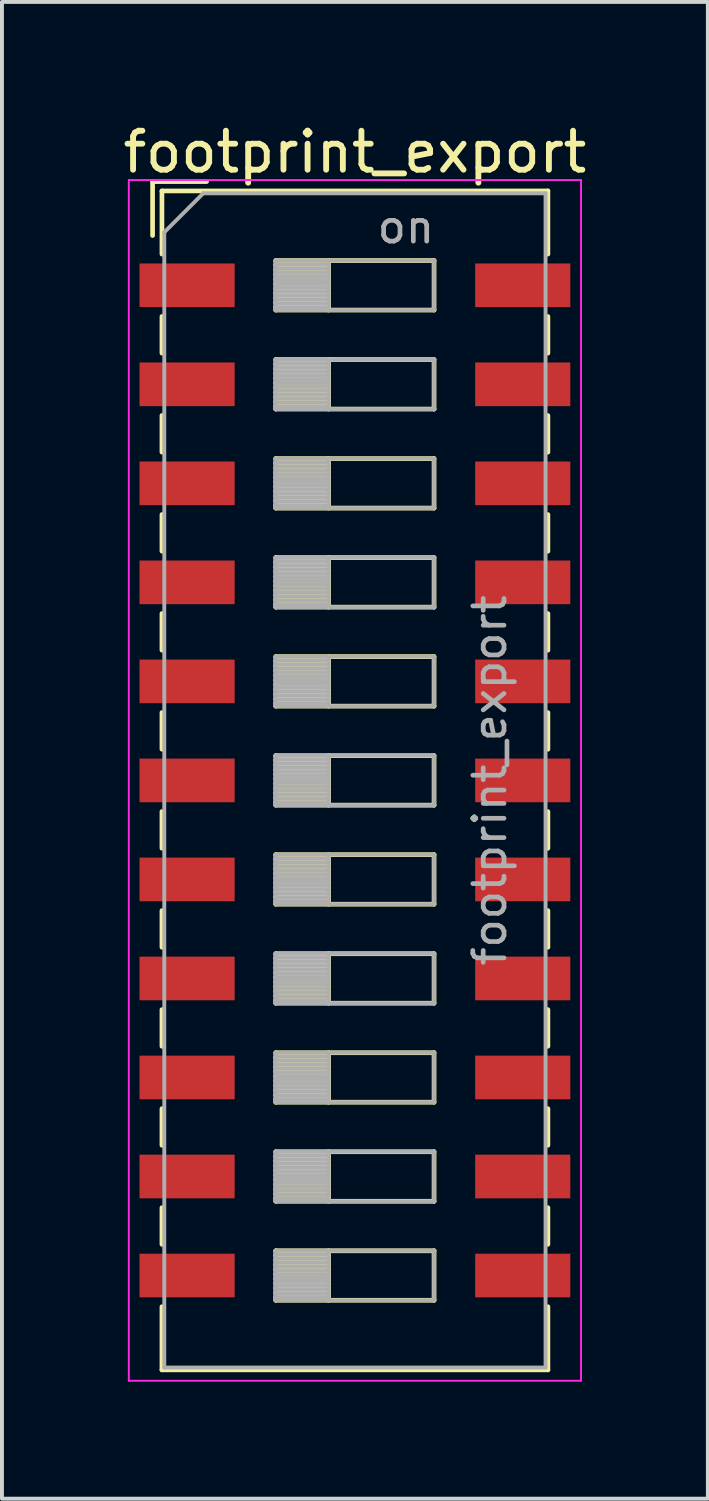
<source format=kicad_pcb>
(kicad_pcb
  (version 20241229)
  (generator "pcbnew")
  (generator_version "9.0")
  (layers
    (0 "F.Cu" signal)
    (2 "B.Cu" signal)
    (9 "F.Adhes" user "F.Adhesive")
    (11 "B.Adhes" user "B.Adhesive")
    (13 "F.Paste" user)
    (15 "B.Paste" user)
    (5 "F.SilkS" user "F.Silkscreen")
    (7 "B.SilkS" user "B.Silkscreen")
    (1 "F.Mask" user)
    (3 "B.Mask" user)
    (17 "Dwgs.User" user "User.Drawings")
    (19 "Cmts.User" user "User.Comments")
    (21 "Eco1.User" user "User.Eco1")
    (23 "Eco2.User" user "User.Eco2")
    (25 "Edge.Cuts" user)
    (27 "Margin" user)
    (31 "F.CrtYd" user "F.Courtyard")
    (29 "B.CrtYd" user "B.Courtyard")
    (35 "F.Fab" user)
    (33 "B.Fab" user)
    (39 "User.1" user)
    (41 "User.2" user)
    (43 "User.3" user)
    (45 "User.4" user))
  (footprint "footprint_export"
    (layer "F.Cu")
    (at 6.054 16.968)
    (property "Reference" "footprint_export" (at 0 -16.12 0) (layer "F.SilkS") (effects (font (size 1 1) (thickness 0.15))))
    (attr smd)
    (fp_line (start -5.19 -15.36) (end -5.19 -13.977) (stroke (width 0.12) (type solid)) (layer "F.SilkS"))
    (fp_line (start -5.19 -15.36) (end -3.806 -15.36) (stroke (width 0.12) (type solid)) (layer "F.SilkS"))
    (fp_line (start -4.95 -15.12) (end -4.95 -13.5) (stroke (width 0.12) (type solid)) (layer "F.SilkS"))
    (fp_line (start -4.95 -15.12) (end 4.95 -15.12) (stroke (width 0.12) (type solid)) (layer "F.SilkS"))
    (fp_line (start -4.95 -11.9) (end -4.95 -10.96) (stroke (width 0.12) (type solid)) (layer "F.SilkS"))
    (fp_line (start -4.95 -9.36) (end -4.95 -8.42) (stroke (width 0.12) (type solid)) (layer "F.SilkS"))
    (fp_line (start -4.95 -6.82) (end -4.95 -5.88) (stroke (width 0.12) (type solid)) (layer "F.SilkS"))
    (fp_line (start -4.95 -4.28) (end -4.95 -3.34) (stroke (width 0.12) (type solid)) (layer "F.SilkS"))
    (fp_line (start -4.95 -1.74) (end -4.95 -0.8) (stroke (width 0.12) (type solid)) (layer "F.SilkS"))
    (fp_line (start -4.95 0.8) (end -4.95 1.74) (stroke (width 0.12) (type solid)) (layer "F.SilkS"))
    (fp_line (start -4.95 3.34) (end -4.95 4.28) (stroke (width 0.12) (type solid)) (layer "F.SilkS"))
    (fp_line (start -4.95 5.88) (end -4.95 6.82) (stroke (width 0.12) (type solid)) (layer "F.SilkS"))
    (fp_line (start -4.95 8.42) (end -4.95 9.36) (stroke (width 0.12) (type solid)) (layer "F.SilkS"))
    (fp_line (start -4.95 10.96) (end -4.95 11.9) (stroke (width 0.12) (type solid)) (layer "F.SilkS"))
    (fp_line (start -4.95 13.5) (end -4.95 15.12) (stroke (width 0.12) (type solid)) (layer "F.SilkS"))
    (fp_line (start -4.95 15.12) (end 4.95 15.12) (stroke (width 0.12) (type solid)) (layer "F.SilkS"))
    (fp_line (start -2.03 -13.335) (end -2.03 -12.065) (stroke (width 0.12) (type solid)) (layer "F.SilkS"))
    (fp_line (start -2.03 -13.215) (end -0.677 -13.215) (stroke (width 0.12) (type solid)) (layer "F.SilkS"))
    (fp_line (start -2.03 -13.095) (end -0.677 -13.095) (stroke (width 0.12) (type solid)) (layer "F.SilkS"))
    (fp_line (start -2.03 -12.975) (end -0.677 -12.975) (stroke (width 0.12) (type solid)) (layer "F.SilkS"))
    (fp_line (start -2.03 -12.855) (end -0.677 -12.855) (stroke (width 0.12) (type solid)) (layer "F.SilkS"))
    (fp_line (start -2.03 -12.735) (end -0.677 -12.735) (stroke (width 0.12) (type solid)) (layer "F.SilkS"))
    (fp_line (start -2.03 -12.615) (end -0.677 -12.615) (stroke (width 0.12) (type solid)) (layer "F.SilkS"))
    (fp_line (start -2.03 -12.495) (end -0.677 -12.495) (stroke (width 0.12) (type solid)) (layer "F.SilkS"))
    (fp_line (start -2.03 -12.375) (end -0.677 -12.375) (stroke (width 0.12) (type solid)) (layer "F.SilkS"))
    (fp_line (start -2.03 -12.255) (end -0.677 -12.255) (stroke (width 0.12) (type solid)) (layer "F.SilkS"))
    (fp_line (start -2.03 -12.135) (end -0.677 -12.135) (stroke (width 0.12) (type solid)) (layer "F.SilkS"))
    (fp_line (start -2.03 -12.065) (end 2.03 -12.065) (stroke (width 0.12) (type solid)) (layer "F.SilkS"))
    (fp_line (start -2.03 -10.795) (end -2.03 -9.525) (stroke (width 0.12) (type solid)) (layer "F.SilkS"))
    (fp_line (start -2.03 -10.675) (end -0.677 -10.675) (stroke (width 0.12) (type solid)) (layer "F.SilkS"))
    (fp_line (start -2.03 -10.555) (end -0.677 -10.555) (stroke (width 0.12) (type solid)) (layer "F.SilkS"))
    (fp_line (start -2.03 -10.435) (end -0.677 -10.435) (stroke (width 0.12) (type solid)) (layer "F.SilkS"))
    (fp_line (start -2.03 -10.315) (end -0.677 -10.315) (stroke (width 0.12) (type solid)) (layer "F.SilkS"))
    (fp_line (start -2.03 -10.195) (end -0.677 -10.195) (stroke (width 0.12) (type solid)) (layer "F.SilkS"))
    (fp_line (start -2.03 -10.075) (end -0.677 -10.075) (stroke (width 0.12) (type solid)) (layer "F.SilkS"))
    (fp_line (start -2.03 -9.955) (end -0.677 -9.955) (stroke (width 0.12) (type solid)) (layer "F.SilkS"))
    (fp_line (start -2.03 -9.835) (end -0.677 -9.835) (stroke (width 0.12) (type solid)) (layer "F.SilkS"))
    (fp_line (start -2.03 -9.715) (end -0.677 -9.715) (stroke (width 0.12) (type solid)) (layer "F.SilkS"))
    (fp_line (start -2.03 -9.595) (end -0.677 -9.595) (stroke (width 0.12) (type solid)) (layer "F.SilkS"))
    (fp_line (start -2.03 -9.525) (end 2.03 -9.525) (stroke (width 0.12) (type solid)) (layer "F.SilkS"))
    (fp_line (start -2.03 -8.255) (end -2.03 -6.985) (stroke (width 0.12) (type solid)) (layer "F.SilkS"))
    (fp_line (start -2.03 -8.135) (end -0.677 -8.135) (stroke (width 0.12) (type solid)) (layer "F.SilkS"))
    (fp_line (start -2.03 -8.015) (end -0.677 -8.015) (stroke (width 0.12) (type solid)) (layer "F.SilkS"))
    (fp_line (start -2.03 -7.895) (end -0.677 -7.895) (stroke (width 0.12) (type solid)) (layer "F.SilkS"))
    (fp_line (start -2.03 -7.775) (end -0.677 -7.775) (stroke (width 0.12) (type solid)) (layer "F.SilkS"))
    (fp_line (start -2.03 -7.655) (end -0.677 -7.655) (stroke (width 0.12) (type solid)) (layer "F.SilkS"))
    (fp_line (start -2.03 -7.535) (end -0.677 -7.535) (stroke (width 0.12) (type solid)) (layer "F.SilkS"))
    (fp_line (start -2.03 -7.415) (end -0.677 -7.415) (stroke (width 0.12) (type solid)) (layer "F.SilkS"))
    (fp_line (start -2.03 -7.295) (end -0.677 -7.295) (stroke (width 0.12) (type solid)) (layer "F.SilkS"))
    (fp_line (start -2.03 -7.175) (end -0.677 -7.175) (stroke (width 0.12) (type solid)) (layer "F.SilkS"))
    (fp_line (start -2.03 -7.055) (end -0.677 -7.055) (stroke (width 0.12) (type solid)) (layer "F.SilkS"))
    (fp_line (start -2.03 -6.985) (end 2.03 -6.985) (stroke (width 0.12) (type solid)) (layer "F.SilkS"))
    (fp_line (start -2.03 -5.715) (end -2.03 -4.445) (stroke (width 0.12) (type solid)) (layer "F.SilkS"))
    (fp_line (start -2.03 -5.595) (end -0.677 -5.595) (stroke (width 0.12) (type solid)) (layer "F.SilkS"))
    (fp_line (start -2.03 -5.475) (end -0.677 -5.475) (stroke (width 0.12) (type solid)) (layer "F.SilkS"))
    (fp_line (start -2.03 -5.355) (end -0.677 -5.355) (stroke (width 0.12) (type solid)) (layer "F.SilkS"))
    (fp_line (start -2.03 -5.235) (end -0.677 -5.235) (stroke (width 0.12) (type solid)) (layer "F.SilkS"))
    (fp_line (start -2.03 -5.115) (end -0.677 -5.115) (stroke (width 0.12) (type solid)) (layer "F.SilkS"))
    (fp_line (start -2.03 -4.995) (end -0.677 -4.995) (stroke (width 0.12) (type solid)) (layer "F.SilkS"))
    (fp_line (start -2.03 -4.875) (end -0.677 -4.875) (stroke (width 0.12) (type solid)) (layer "F.SilkS"))
    (fp_line (start -2.03 -4.755) (end -0.677 -4.755) (stroke (width 0.12) (type solid)) (layer "F.SilkS"))
    (fp_line (start -2.03 -4.635) (end -0.677 -4.635) (stroke (width 0.12) (type solid)) (layer "F.SilkS"))
    (fp_line (start -2.03 -4.515) (end -0.677 -4.515) (stroke (width 0.12) (type solid)) (layer "F.SilkS"))
    (fp_line (start -2.03 -4.445) (end 2.03 -4.445) (stroke (width 0.12) (type solid)) (layer "F.SilkS"))
    (fp_line (start -2.03 -3.175) (end -2.03 -1.905) (stroke (width 0.12) (type solid)) (layer "F.SilkS"))
    (fp_line (start -2.03 -3.055) (end -0.677 -3.055) (stroke (width 0.12) (type solid)) (layer "F.SilkS"))
    (fp_line (start -2.03 -2.935) (end -0.677 -2.935) (stroke (width 0.12) (type solid)) (layer "F.SilkS"))
    (fp_line (start -2.03 -2.815) (end -0.677 -2.815) (stroke (width 0.12) (type solid)) (layer "F.SilkS"))
    (fp_line (start -2.03 -2.695) (end -0.677 -2.695) (stroke (width 0.12) (type solid)) (layer "F.SilkS"))
    (fp_line (start -2.03 -2.575) (end -0.677 -2.575) (stroke (width 0.12) (type solid)) (layer "F.SilkS"))
    (fp_line (start -2.03 -2.455) (end -0.677 -2.455) (stroke (width 0.12) (type solid)) (layer "F.SilkS"))
    (fp_line (start -2.03 -2.335) (end -0.677 -2.335) (stroke (width 0.12) (type solid)) (layer "F.SilkS"))
    (fp_line (start -2.03 -2.215) (end -0.677 -2.215) (stroke (width 0.12) (type solid)) (layer "F.SilkS"))
    (fp_line (start -2.03 -2.095) (end -0.677 -2.095) (stroke (width 0.12) (type solid)) (layer "F.SilkS"))
    (fp_line (start -2.03 -1.975) (end -0.677 -1.975) (stroke (width 0.12) (type solid)) (layer "F.SilkS"))
    (fp_line (start -2.03 -1.905) (end 2.03 -1.905) (stroke (width 0.12) (type solid)) (layer "F.SilkS"))
    (fp_line (start -2.03 -0.635) (end -2.03 0.635) (stroke (width 0.12) (type solid)) (layer "F.SilkS"))
    (fp_line (start -2.03 -0.515) (end -0.677 -0.515) (stroke (width 0.12) (type solid)) (layer "F.SilkS"))
    (fp_line (start -2.03 -0.395) (end -0.677 -0.395) (stroke (width 0.12) (type solid)) (layer "F.SilkS"))
    (fp_line (start -2.03 -0.275) (end -0.677 -0.275) (stroke (width 0.12) (type solid)) (layer "F.SilkS"))
    (fp_line (start -2.03 -0.155) (end -0.677 -0.155) (stroke (width 0.12) (type solid)) (layer "F.SilkS"))
    (fp_line (start -2.03 -0.035) (end -0.677 -0.035) (stroke (width 0.12) (type solid)) (layer "F.SilkS"))
    (fp_line (start -2.03 0.085) (end -0.677 0.085) (stroke (width 0.12) (type solid)) (layer "F.SilkS"))
    (fp_line (start -2.03 0.205) (end -0.677 0.205) (stroke (width 0.12) (type solid)) (layer "F.SilkS"))
    (fp_line (start -2.03 0.325) (end -0.677 0.325) (stroke (width 0.12) (type solid)) (layer "F.SilkS"))
    (fp_line (start -2.03 0.445) (end -0.677 0.445) (stroke (width 0.12) (type solid)) (layer "F.SilkS"))
    (fp_line (start -2.03 0.565) (end -0.677 0.565) (stroke (width 0.12) (type solid)) (layer "F.SilkS"))
    (fp_line (start -2.03 0.635) (end 2.03 0.635) (stroke (width 0.12) (type solid)) (layer "F.SilkS"))
    (fp_line (start -2.03 1.905) (end -2.03 3.175) (stroke (width 0.12) (type solid)) (layer "F.SilkS"))
    (fp_line (start -2.03 2.025) (end -0.677 2.025) (stroke (width 0.12) (type solid)) (layer "F.SilkS"))
    (fp_line (start -2.03 2.145) (end -0.677 2.145) (stroke (width 0.12) (type solid)) (layer "F.SilkS"))
    (fp_line (start -2.03 2.265) (end -0.677 2.265) (stroke (width 0.12) (type solid)) (layer "F.SilkS"))
    (fp_line (start -2.03 2.385) (end -0.677 2.385) (stroke (width 0.12) (type solid)) (layer "F.SilkS"))
    (fp_line (start -2.03 2.505) (end -0.677 2.505) (stroke (width 0.12) (type solid)) (layer "F.SilkS"))
    (fp_line (start -2.03 2.625) (end -0.677 2.625) (stroke (width 0.12) (type solid)) (layer "F.SilkS"))
    (fp_line (start -2.03 2.745) (end -0.677 2.745) (stroke (width 0.12) (type solid)) (layer "F.SilkS"))
    (fp_line (start -2.03 2.865) (end -0.677 2.865) (stroke (width 0.12) (type solid)) (layer "F.SilkS"))
    (fp_line (start -2.03 2.985) (end -0.677 2.985) (stroke (width 0.12) (type solid)) (layer "F.SilkS"))
    (fp_line (start -2.03 3.105) (end -0.677 3.105) (stroke (width 0.12) (type solid)) (layer "F.SilkS"))
    (fp_line (start -2.03 3.175) (end 2.03 3.175) (stroke (width 0.12) (type solid)) (layer "F.SilkS"))
    (fp_line (start -2.03 4.445) (end -2.03 5.715) (stroke (width 0.12) (type solid)) (layer "F.SilkS"))
    (fp_line (start -2.03 4.565) (end -0.677 4.565) (stroke (width 0.12) (type solid)) (layer "F.SilkS"))
    (fp_line (start -2.03 4.685) (end -0.677 4.685) (stroke (width 0.12) (type solid)) (layer "F.SilkS"))
    (fp_line (start -2.03 4.805) (end -0.677 4.805) (stroke (width 0.12) (type solid)) (layer "F.SilkS"))
    (fp_line (start -2.03 4.925) (end -0.677 4.925) (stroke (width 0.12) (type solid)) (layer "F.SilkS"))
    (fp_line (start -2.03 5.045) (end -0.677 5.045) (stroke (width 0.12) (type solid)) (layer "F.SilkS"))
    (fp_line (start -2.03 5.165) (end -0.677 5.165) (stroke (width 0.12) (type solid)) (layer "F.SilkS"))
    (fp_line (start -2.03 5.285) (end -0.677 5.285) (stroke (width 0.12) (type solid)) (layer "F.SilkS"))
    (fp_line (start -2.03 5.405) (end -0.677 5.405) (stroke (width 0.12) (type solid)) (layer "F.SilkS"))
    (fp_line (start -2.03 5.525) (end -0.677 5.525) (stroke (width 0.12) (type solid)) (layer "F.SilkS"))
    (fp_line (start -2.03 5.645) (end -0.677 5.645) (stroke (width 0.12) (type solid)) (layer "F.SilkS"))
    (fp_line (start -2.03 5.715) (end 2.03 5.715) (stroke (width 0.12) (type solid)) (layer "F.SilkS"))
    (fp_line (start -2.03 6.985) (end -2.03 8.255) (stroke (width 0.12) (type solid)) (layer "F.SilkS"))
    (fp_line (start -2.03 7.105) (end -0.677 7.105) (stroke (width 0.12) (type solid)) (layer "F.SilkS"))
    (fp_line (start -2.03 7.225) (end -0.677 7.225) (stroke (width 0.12) (type solid)) (layer "F.SilkS"))
    (fp_line (start -2.03 7.345) (end -0.677 7.345) (stroke (width 0.12) (type solid)) (layer "F.SilkS"))
    (fp_line (start -2.03 7.465) (end -0.677 7.465) (stroke (width 0.12) (type solid)) (layer "F.SilkS"))
    (fp_line (start -2.03 7.585) (end -0.677 7.585) (stroke (width 0.12) (type solid)) (layer "F.SilkS"))
    (fp_line (start -2.03 7.705) (end -0.677 7.705) (stroke (width 0.12) (type solid)) (layer "F.SilkS"))
    (fp_line (start -2.03 7.825) (end -0.677 7.825) (stroke (width 0.12) (type solid)) (layer "F.SilkS"))
    (fp_line (start -2.03 7.945) (end -0.677 7.945) (stroke (width 0.12) (type solid)) (layer "F.SilkS"))
    (fp_line (start -2.03 8.065) (end -0.677 8.065) (stroke (width 0.12) (type solid)) (layer "F.SilkS"))
    (fp_line (start -2.03 8.185) (end -0.677 8.185) (stroke (width 0.12) (type solid)) (layer "F.SilkS"))
    (fp_line (start -2.03 8.255) (end 2.03 8.255) (stroke (width 0.12) (type solid)) (layer "F.SilkS"))
    (fp_line (start -2.03 9.525) (end -2.03 10.795) (stroke (width 0.12) (type solid)) (layer "F.SilkS"))
    (fp_line (start -2.03 9.645) (end -0.677 9.645) (stroke (width 0.12) (type solid)) (layer "F.SilkS"))
    (fp_line (start -2.03 9.765) (end -0.677 9.765) (stroke (width 0.12) (type solid)) (layer "F.SilkS"))
    (fp_line (start -2.03 9.885) (end -0.677 9.885) (stroke (width 0.12) (type solid)) (layer "F.SilkS"))
    (fp_line (start -2.03 10.005) (end -0.677 10.005) (stroke (width 0.12) (type solid)) (layer "F.SilkS"))
    (fp_line (start -2.03 10.125) (end -0.677 10.125) (stroke (width 0.12) (type solid)) (layer "F.SilkS"))
    (fp_line (start -2.03 10.245) (end -0.677 10.245) (stroke (width 0.12) (type solid)) (layer "F.SilkS"))
    (fp_line (start -2.03 10.365) (end -0.677 10.365) (stroke (width 0.12) (type solid)) (layer "F.SilkS"))
    (fp_line (start -2.03 10.485) (end -0.677 10.485) (stroke (width 0.12) (type solid)) (layer "F.SilkS"))
    (fp_line (start -2.03 10.605) (end -0.677 10.605) (stroke (width 0.12) (type solid)) (layer "F.SilkS"))
    (fp_line (start -2.03 10.725) (end -0.677 10.725) (stroke (width 0.12) (type solid)) (layer "F.SilkS"))
    (fp_line (start -2.03 10.795) (end 2.03 10.795) (stroke (width 0.12) (type solid)) (layer "F.SilkS"))
    (fp_line (start -2.03 12.065) (end -2.03 13.335) (stroke (width 0.12) (type solid)) (layer "F.SilkS"))
    (fp_line (start -2.03 12.185) (end -0.677 12.185) (stroke (width 0.12) (type solid)) (layer "F.SilkS"))
    (fp_line (start -2.03 12.305) (end -0.677 12.305) (stroke (width 0.12) (type solid)) (layer "F.SilkS"))
    (fp_line (start -2.03 12.425) (end -0.677 12.425) (stroke (width 0.12) (type solid)) (layer "F.SilkS"))
    (fp_line (start -2.03 12.545) (end -0.677 12.545) (stroke (width 0.12) (type solid)) (layer "F.SilkS"))
    (fp_line (start -2.03 12.665) (end -0.677 12.665) (stroke (width 0.12) (type solid)) (layer "F.SilkS"))
    (fp_line (start -2.03 12.785) (end -0.677 12.785) (stroke (width 0.12) (type solid)) (layer "F.SilkS"))
    (fp_line (start -2.03 12.905) (end -0.677 12.905) (stroke (width 0.12) (type solid)) (layer "F.SilkS"))
    (fp_line (start -2.03 13.025) (end -0.677 13.025) (stroke (width 0.12) (type solid)) (layer "F.SilkS"))
    (fp_line (start -2.03 13.145) (end -0.677 13.145) (stroke (width 0.12) (type solid)) (layer "F.SilkS"))
    (fp_line (start -2.03 13.265) (end -0.677 13.265) (stroke (width 0.12) (type solid)) (layer "F.SilkS"))
    (fp_line (start -2.03 13.335) (end 2.03 13.335) (stroke (width 0.12) (type solid)) (layer "F.SilkS"))
    (fp_line (start -0.677 -13.335) (end -0.677 -12.065) (stroke (width 0.12) (type solid)) (layer "F.SilkS"))
    (fp_line (start -0.677 -10.795) (end -0.677 -9.525) (stroke (width 0.12) (type solid)) (layer "F.SilkS"))
    (fp_line (start -0.677 -8.255) (end -0.677 -6.985) (stroke (width 0.12) (type solid)) (layer "F.SilkS"))
    (fp_line (start -0.677 -5.715) (end -0.677 -4.445) (stroke (width 0.12) (type solid)) (layer "F.SilkS"))
    (fp_line (start -0.677 -3.175) (end -0.677 -1.905) (stroke (width 0.12) (type solid)) (layer "F.SilkS"))
    (fp_line (start -0.677 -0.635) (end -0.677 0.635) (stroke (width 0.12) (type solid)) (layer "F.SilkS"))
    (fp_line (start -0.677 1.905) (end -0.677 3.175) (stroke (width 0.12) (type solid)) (layer "F.SilkS"))
    (fp_line (start -0.677 4.445) (end -0.677 5.715) (stroke (width 0.12) (type solid)) (layer "F.SilkS"))
    (fp_line (start -0.677 6.985) (end -0.677 8.255) (stroke (width 0.12) (type solid)) (layer "F.SilkS"))
    (fp_line (start -0.677 9.525) (end -0.677 10.795) (stroke (width 0.12) (type solid)) (layer "F.SilkS"))
    (fp_line (start -0.677 12.065) (end -0.677 13.335) (stroke (width 0.12) (type solid)) (layer "F.SilkS"))
    (fp_line (start 2.03 -13.335) (end -2.03 -13.335) (stroke (width 0.12) (type solid)) (layer "F.SilkS"))
    (fp_line (start 2.03 -12.065) (end 2.03 -13.335) (stroke (width 0.12) (type solid)) (layer "F.SilkS"))
    (fp_line (start 2.03 -10.795) (end -2.03 -10.795) (stroke (width 0.12) (type solid)) (layer "F.SilkS"))
    (fp_line (start 2.03 -9.525) (end 2.03 -10.795) (stroke (width 0.12) (type solid)) (layer "F.SilkS"))
    (fp_line (start 2.03 -8.255) (end -2.03 -8.255) (stroke (width 0.12) (type solid)) (layer "F.SilkS"))
    (fp_line (start 2.03 -6.985) (end 2.03 -8.255) (stroke (width 0.12) (type solid)) (layer "F.SilkS"))
    (fp_line (start 2.03 -5.715) (end -2.03 -5.715) (stroke (width 0.12) (type solid)) (layer "F.SilkS"))
    (fp_line (start 2.03 -4.445) (end 2.03 -5.715) (stroke (width 0.12) (type solid)) (layer "F.SilkS"))
    (fp_line (start 2.03 -3.175) (end -2.03 -3.175) (stroke (width 0.12) (type solid)) (layer "F.SilkS"))
    (fp_line (start 2.03 -1.905) (end 2.03 -3.175) (stroke (width 0.12) (type solid)) (layer "F.SilkS"))
    (fp_line (start 2.03 -0.635) (end -2.03 -0.635) (stroke (width 0.12) (type solid)) (layer "F.SilkS"))
    (fp_line (start 2.03 0.635) (end 2.03 -0.635) (stroke (width 0.12) (type solid)) (layer "F.SilkS"))
    (fp_line (start 2.03 1.905) (end -2.03 1.905) (stroke (width 0.12) (type solid)) (layer "F.SilkS"))
    (fp_line (start 2.03 3.175) (end 2.03 1.905) (stroke (width 0.12) (type solid)) (layer "F.SilkS"))
    (fp_line (start 2.03 4.445) (end -2.03 4.445) (stroke (width 0.12) (type solid)) (layer "F.SilkS"))
    (fp_line (start 2.03 5.715) (end 2.03 4.445) (stroke (width 0.12) (type solid)) (layer "F.SilkS"))
    (fp_line (start 2.03 6.985) (end -2.03 6.985) (stroke (width 0.12) (type solid)) (layer "F.SilkS"))
    (fp_line (start 2.03 8.255) (end 2.03 6.985) (stroke (width 0.12) (type solid)) (layer "F.SilkS"))
    (fp_line (start 2.03 9.525) (end -2.03 9.525) (stroke (width 0.12) (type solid)) (layer "F.SilkS"))
    (fp_line (start 2.03 10.795) (end 2.03 9.525) (stroke (width 0.12) (type solid)) (layer "F.SilkS"))
    (fp_line (start 2.03 12.065) (end -2.03 12.065) (stroke (width 0.12) (type solid)) (layer "F.SilkS"))
    (fp_line (start 2.03 13.335) (end 2.03 12.065) (stroke (width 0.12) (type solid)) (layer "F.SilkS"))
    (fp_line (start 4.95 -15.12) (end 4.95 -13.5) (stroke (width 0.12) (type solid)) (layer "F.SilkS"))
    (fp_line (start 4.95 -11.899) (end 4.95 -10.959) (stroke (width 0.12) (type solid)) (layer "F.SilkS"))
    (fp_line (start 4.95 -9.359) (end 4.95 -8.419) (stroke (width 0.12) (type solid)) (layer "F.SilkS"))
    (fp_line (start 4.95 -6.819) (end 4.95 -5.879) (stroke (width 0.12) (type solid)) (layer "F.SilkS"))
    (fp_line (start 4.95 -4.279) (end 4.95 -3.339) (stroke (width 0.12) (type solid)) (layer "F.SilkS"))
    (fp_line (start 4.95 -1.739) (end 4.95 -0.799) (stroke (width 0.12) (type solid)) (layer "F.SilkS"))
    (fp_line (start 4.95 0.801) (end 4.95 1.741) (stroke (width 0.12) (type solid)) (layer "F.SilkS"))
    (fp_line (start 4.95 3.341) (end 4.95 4.28) (stroke (width 0.12) (type solid)) (layer "F.SilkS"))
    (fp_line (start 4.95 5.88) (end 4.95 6.82) (stroke (width 0.12) (type solid)) (layer "F.SilkS"))
    (fp_line (start 4.95 8.42) (end 4.95 9.36) (stroke (width 0.12) (type solid)) (layer "F.SilkS"))
    (fp_line (start 4.95 10.96) (end 4.95 11.9) (stroke (width 0.12) (type solid)) (layer "F.SilkS"))
    (fp_line (start 4.95 13.5) (end 4.95 15.12) (stroke (width 0.12) (type solid)) (layer "F.SilkS"))
    (fp_line (start -5.8 -15.4) (end -5.8 15.4) (stroke (width 0.05) (type solid)) (layer "F.CrtYd"))
    (fp_line (start -5.8 15.4) (end 5.8 15.4) (stroke (width 0.05) (type solid)) (layer "F.CrtYd"))
    (fp_line (start 5.8 -15.4) (end -5.8 -15.4) (stroke (width 0.05) (type solid)) (layer "F.CrtYd"))
    (fp_line (start 5.8 15.4) (end 5.8 -15.4) (stroke (width 0.05) (type solid)) (layer "F.CrtYd"))
    (fp_line (start -4.89 -14.06) (end -3.89 -15.06) (stroke (width 0.1) (type solid)) (layer "F.Fab"))
    (fp_line (start -4.89 15.06) (end -4.89 -14.06) (stroke (width 0.1) (type solid)) (layer "F.Fab"))
    (fp_line (start -3.89 -15.06) (end 4.89 -15.06) (stroke (width 0.1) (type solid)) (layer "F.Fab"))
    (fp_line (start -2.03 -13.335) (end -2.03 -12.065) (stroke (width 0.1) (type solid)) (layer "F.Fab"))
    (fp_line (start -2.03 -13.235) (end -0.677 -13.235) (stroke (width 0.1) (type solid)) (layer "F.Fab"))
    (fp_line (start -2.03 -13.135) (end -0.677 -13.135) (stroke (width 0.1) (type solid)) (layer "F.Fab"))
    (fp_line (start -2.03 -13.035) (end -0.677 -13.035) (stroke (width 0.1) (type solid)) (layer "F.Fab"))
    (fp_line (start -2.03 -12.935) (end -0.677 -12.935) (stroke (width 0.1) (type solid)) (layer "F.Fab"))
    (fp_line (start -2.03 -12.835) (end -0.677 -12.835) (stroke (width 0.1) (type solid)) (layer "F.Fab"))
    (fp_line (start -2.03 -12.735) (end -0.677 -12.735) (stroke (width 0.1) (type solid)) (layer "F.Fab"))
    (fp_line (start -2.03 -12.635) (end -0.677 -12.635) (stroke (width 0.1) (type solid)) (layer "F.Fab"))
    (fp_line (start -2.03 -12.535) (end -0.677 -12.535) (stroke (width 0.1) (type solid)) (layer "F.Fab"))
    (fp_line (start -2.03 -12.435) (end -0.677 -12.435) (stroke (width 0.1) (type solid)) (layer "F.Fab"))
    (fp_line (start -2.03 -12.335) (end -0.677 -12.335) (stroke (width 0.1) (type solid)) (layer "F.Fab"))
    (fp_line (start -2.03 -12.235) (end -0.677 -12.235) (stroke (width 0.1) (type solid)) (layer "F.Fab"))
    (fp_line (start -2.03 -12.135) (end -0.677 -12.135) (stroke (width 0.1) (type solid)) (layer "F.Fab"))
    (fp_line (start -2.03 -12.065) (end 2.03 -12.065) (stroke (width 0.1) (type solid)) (layer "F.Fab"))
    (fp_line (start -2.03 -10.795) (end -2.03 -9.525) (stroke (width 0.1) (type solid)) (layer "F.Fab"))
    (fp_line (start -2.03 -10.695) (end -0.677 -10.695) (stroke (width 0.1) (type solid)) (layer "F.Fab"))
    (fp_line (start -2.03 -10.595) (end -0.677 -10.595) (stroke (width 0.1) (type solid)) (layer "F.Fab"))
    (fp_line (start -2.03 -10.495) (end -0.677 -10.495) (stroke (width 0.1) (type solid)) (layer "F.Fab"))
    (fp_line (start -2.03 -10.395) (end -0.677 -10.395) (stroke (width 0.1) (type solid)) (layer "F.Fab"))
    (fp_line (start -2.03 -10.295) (end -0.677 -10.295) (stroke (width 0.1) (type solid)) (layer "F.Fab"))
    (fp_line (start -2.03 -10.195) (end -0.677 -10.195) (stroke (width 0.1) (type solid)) (layer "F.Fab"))
    (fp_line (start -2.03 -10.095) (end -0.677 -10.095) (stroke (width 0.1) (type solid)) (layer "F.Fab"))
    (fp_line (start -2.03 -9.995) (end -0.677 -9.995) (stroke (width 0.1) (type solid)) (layer "F.Fab"))
    (fp_line (start -2.03 -9.895) (end -0.677 -9.895) (stroke (width 0.1) (type solid)) (layer "F.Fab"))
    (fp_line (start -2.03 -9.795) (end -0.677 -9.795) (stroke (width 0.1) (type solid)) (layer "F.Fab"))
    (fp_line (start -2.03 -9.695) (end -0.677 -9.695) (stroke (width 0.1) (type solid)) (layer "F.Fab"))
    (fp_line (start -2.03 -9.595) (end -0.677 -9.595) (stroke (width 0.1) (type solid)) (layer "F.Fab"))
    (fp_line (start -2.03 -9.525) (end 2.03 -9.525) (stroke (width 0.1) (type solid)) (layer "F.Fab"))
    (fp_line (start -2.03 -8.255) (end -2.03 -6.985) (stroke (width 0.1) (type solid)) (layer "F.Fab"))
    (fp_line (start -2.03 -8.155) (end -0.677 -8.155) (stroke (width 0.1) (type solid)) (layer "F.Fab"))
    (fp_line (start -2.03 -8.055) (end -0.677 -8.055) (stroke (width 0.1) (type solid)) (layer "F.Fab"))
    (fp_line (start -2.03 -7.955) (end -0.677 -7.955) (stroke (width 0.1) (type solid)) (layer "F.Fab"))
    (fp_line (start -2.03 -7.855) (end -0.677 -7.855) (stroke (width 0.1) (type solid)) (layer "F.Fab"))
    (fp_line (start -2.03 -7.755) (end -0.677 -7.755) (stroke (width 0.1) (type solid)) (layer "F.Fab"))
    (fp_line (start -2.03 -7.655) (end -0.677 -7.655) (stroke (width 0.1) (type solid)) (layer "F.Fab"))
    (fp_line (start -2.03 -7.555) (end -0.677 -7.555) (stroke (width 0.1) (type solid)) (layer "F.Fab"))
    (fp_line (start -2.03 -7.455) (end -0.677 -7.455) (stroke (width 0.1) (type solid)) (layer "F.Fab"))
    (fp_line (start -2.03 -7.355) (end -0.677 -7.355) (stroke (width 0.1) (type solid)) (layer "F.Fab"))
    (fp_line (start -2.03 -7.255) (end -0.677 -7.255) (stroke (width 0.1) (type solid)) (layer "F.Fab"))
    (fp_line (start -2.03 -7.155) (end -0.677 -7.155) (stroke (width 0.1) (type solid)) (layer "F.Fab"))
    (fp_line (start -2.03 -7.055) (end -0.677 -7.055) (stroke (width 0.1) (type solid)) (layer "F.Fab"))
    (fp_line (start -2.03 -6.985) (end 2.03 -6.985) (stroke (width 0.1) (type solid)) (layer "F.Fab"))
    (fp_line (start -2.03 -5.715) (end -2.03 -4.445) (stroke (width 0.1) (type solid)) (layer "F.Fab"))
    (fp_line (start -2.03 -5.615) (end -0.677 -5.615) (stroke (width 0.1) (type solid)) (layer "F.Fab"))
    (fp_line (start -2.03 -5.515) (end -0.677 -5.515) (stroke (width 0.1) (type solid)) (layer "F.Fab"))
    (fp_line (start -2.03 -5.415) (end -0.677 -5.415) (stroke (width 0.1) (type solid)) (layer "F.Fab"))
    (fp_line (start -2.03 -5.315) (end -0.677 -5.315) (stroke (width 0.1) (type solid)) (layer "F.Fab"))
    (fp_line (start -2.03 -5.215) (end -0.677 -5.215) (stroke (width 0.1) (type solid)) (layer "F.Fab"))
    (fp_line (start -2.03 -5.115) (end -0.677 -5.115) (stroke (width 0.1) (type solid)) (layer "F.Fab"))
    (fp_line (start -2.03 -5.015) (end -0.677 -5.015) (stroke (width 0.1) (type solid)) (layer "F.Fab"))
    (fp_line (start -2.03 -4.915) (end -0.677 -4.915) (stroke (width 0.1) (type solid)) (layer "F.Fab"))
    (fp_line (start -2.03 -4.815) (end -0.677 -4.815) (stroke (width 0.1) (type solid)) (layer "F.Fab"))
    (fp_line (start -2.03 -4.715) (end -0.677 -4.715) (stroke (width 0.1) (type solid)) (layer "F.Fab"))
    (fp_line (start -2.03 -4.615) (end -0.677 -4.615) (stroke (width 0.1) (type solid)) (layer "F.Fab"))
    (fp_line (start -2.03 -4.515) (end -0.677 -4.515) (stroke (width 0.1) (type solid)) (layer "F.Fab"))
    (fp_line (start -2.03 -4.445) (end 2.03 -4.445) (stroke (width 0.1) (type solid)) (layer "F.Fab"))
    (fp_line (start -2.03 -3.175) (end -2.03 -1.905) (stroke (width 0.1) (type solid)) (layer "F.Fab"))
    (fp_line (start -2.03 -3.075) (end -0.677 -3.075) (stroke (width 0.1) (type solid)) (layer "F.Fab"))
    (fp_line (start -2.03 -2.975) (end -0.677 -2.975) (stroke (width 0.1) (type solid)) (layer "F.Fab"))
    (fp_line (start -2.03 -2.875) (end -0.677 -2.875) (stroke (width 0.1) (type solid)) (layer "F.Fab"))
    (fp_line (start -2.03 -2.775) (end -0.677 -2.775) (stroke (width 0.1) (type solid)) (layer "F.Fab"))
    (fp_line (start -2.03 -2.675) (end -0.677 -2.675) (stroke (width 0.1) (type solid)) (layer "F.Fab"))
    (fp_line (start -2.03 -2.575) (end -0.677 -2.575) (stroke (width 0.1) (type solid)) (layer "F.Fab"))
    (fp_line (start -2.03 -2.475) (end -0.677 -2.475) (stroke (width 0.1) (type solid)) (layer "F.Fab"))
    (fp_line (start -2.03 -2.375) (end -0.677 -2.375) (stroke (width 0.1) (type solid)) (layer "F.Fab"))
    (fp_line (start -2.03 -2.275) (end -0.677 -2.275) (stroke (width 0.1) (type solid)) (layer "F.Fab"))
    (fp_line (start -2.03 -2.175) (end -0.677 -2.175) (stroke (width 0.1) (type solid)) (layer "F.Fab"))
    (fp_line (start -2.03 -2.075) (end -0.677 -2.075) (stroke (width 0.1) (type solid)) (layer "F.Fab"))
    (fp_line (start -2.03 -1.975) (end -0.677 -1.975) (stroke (width 0.1) (type solid)) (layer "F.Fab"))
    (fp_line (start -2.03 -1.905) (end 2.03 -1.905) (stroke (width 0.1) (type solid)) (layer "F.Fab"))
    (fp_line (start -2.03 -0.635) (end -2.03 0.635) (stroke (width 0.1) (type solid)) (layer "F.Fab"))
    (fp_line (start -2.03 -0.535) (end -0.677 -0.535) (stroke (width 0.1) (type solid)) (layer "F.Fab"))
    (fp_line (start -2.03 -0.435) (end -0.677 -0.435) (stroke (width 0.1) (type solid)) (layer "F.Fab"))
    (fp_line (start -2.03 -0.335) (end -0.677 -0.335) (stroke (width 0.1) (type solid)) (layer "F.Fab"))
    (fp_line (start -2.03 -0.235) (end -0.677 -0.235) (stroke (width 0.1) (type solid)) (layer "F.Fab"))
    (fp_line (start -2.03 -0.135) (end -0.677 -0.135) (stroke (width 0.1) (type solid)) (layer "F.Fab"))
    (fp_line (start -2.03 -0.035) (end -0.677 -0.035) (stroke (width 0.1) (type solid)) (layer "F.Fab"))
    (fp_line (start -2.03 0.065) (end -0.677 0.065) (stroke (width 0.1) (type solid)) (layer "F.Fab"))
    (fp_line (start -2.03 0.165) (end -0.677 0.165) (stroke (width 0.1) (type solid)) (layer "F.Fab"))
    (fp_line (start -2.03 0.265) (end -0.677 0.265) (stroke (width 0.1) (type solid)) (layer "F.Fab"))
    (fp_line (start -2.03 0.365) (end -0.677 0.365) (stroke (width 0.1) (type solid)) (layer "F.Fab"))
    (fp_line (start -2.03 0.465) (end -0.677 0.465) (stroke (width 0.1) (type solid)) (layer "F.Fab"))
    (fp_line (start -2.03 0.565) (end -0.677 0.565) (stroke (width 0.1) (type solid)) (layer "F.Fab"))
    (fp_line (start -2.03 0.635) (end 2.03 0.635) (stroke (width 0.1) (type solid)) (layer "F.Fab"))
    (fp_line (start -2.03 1.905) (end -2.03 3.175) (stroke (width 0.1) (type solid)) (layer "F.Fab"))
    (fp_line (start -2.03 2.005) (end -0.677 2.005) (stroke (width 0.1) (type solid)) (layer "F.Fab"))
    (fp_line (start -2.03 2.105) (end -0.677 2.105) (stroke (width 0.1) (type solid)) (layer "F.Fab"))
    (fp_line (start -2.03 2.205) (end -0.677 2.205) (stroke (width 0.1) (type solid)) (layer "F.Fab"))
    (fp_line (start -2.03 2.305) (end -0.677 2.305) (stroke (width 0.1) (type solid)) (layer "F.Fab"))
    (fp_line (start -2.03 2.405) (end -0.677 2.405) (stroke (width 0.1) (type solid)) (layer "F.Fab"))
    (fp_line (start -2.03 2.505) (end -0.677 2.505) (stroke (width 0.1) (type solid)) (layer "F.Fab"))
    (fp_line (start -2.03 2.605) (end -0.677 2.605) (stroke (width 0.1) (type solid)) (layer "F.Fab"))
    (fp_line (start -2.03 2.705) (end -0.677 2.705) (stroke (width 0.1) (type solid)) (layer "F.Fab"))
    (fp_line (start -2.03 2.805) (end -0.677 2.805) (stroke (width 0.1) (type solid)) (layer "F.Fab"))
    (fp_line (start -2.03 2.905) (end -0.677 2.905) (stroke (width 0.1) (type solid)) (layer "F.Fab"))
    (fp_line (start -2.03 3.005) (end -0.677 3.005) (stroke (width 0.1) (type solid)) (layer "F.Fab"))
    (fp_line (start -2.03 3.105) (end -0.677 3.105) (stroke (width 0.1) (type solid)) (layer "F.Fab"))
    (fp_line (start -2.03 3.175) (end 2.03 3.175) (stroke (width 0.1) (type solid)) (layer "F.Fab"))
    (fp_line (start -2.03 4.445) (end -2.03 5.715) (stroke (width 0.1) (type solid)) (layer "F.Fab"))
    (fp_line (start -2.03 4.545) (end -0.677 4.545) (stroke (width 0.1) (type solid)) (layer "F.Fab"))
    (fp_line (start -2.03 4.645) (end -0.677 4.645) (stroke (width 0.1) (type solid)) (layer "F.Fab"))
    (fp_line (start -2.03 4.745) (end -0.677 4.745) (stroke (width 0.1) (type solid)) (layer "F.Fab"))
    (fp_line (start -2.03 4.845) (end -0.677 4.845) (stroke (width 0.1) (type solid)) (layer "F.Fab"))
    (fp_line (start -2.03 4.945) (end -0.677 4.945) (stroke (width 0.1) (type solid)) (layer "F.Fab"))
    (fp_line (start -2.03 5.045) (end -0.677 5.045) (stroke (width 0.1) (type solid)) (layer "F.Fab"))
    (fp_line (start -2.03 5.145) (end -0.677 5.145) (stroke (width 0.1) (type solid)) (layer "F.Fab"))
    (fp_line (start -2.03 5.245) (end -0.677 5.245) (stroke (width 0.1) (type solid)) (layer "F.Fab"))
    (fp_line (start -2.03 5.345) (end -0.677 5.345) (stroke (width 0.1) (type solid)) (layer "F.Fab"))
    (fp_line (start -2.03 5.445) (end -0.677 5.445) (stroke (width 0.1) (type solid)) (layer "F.Fab"))
    (fp_line (start -2.03 5.545) (end -0.677 5.545) (stroke (width 0.1) (type solid)) (layer "F.Fab"))
    (fp_line (start -2.03 5.645) (end -0.677 5.645) (stroke (width 0.1) (type solid)) (layer "F.Fab"))
    (fp_line (start -2.03 5.715) (end 2.03 5.715) (stroke (width 0.1) (type solid)) (layer "F.Fab"))
    (fp_line (start -2.03 6.985) (end -2.03 8.255) (stroke (width 0.1) (type solid)) (layer "F.Fab"))
    (fp_line (start -2.03 7.085) (end -0.677 7.085) (stroke (width 0.1) (type solid)) (layer "F.Fab"))
    (fp_line (start -2.03 7.185) (end -0.677 7.185) (stroke (width 0.1) (type solid)) (layer "F.Fab"))
    (fp_line (start -2.03 7.285) (end -0.677 7.285) (stroke (width 0.1) (type solid)) (layer "F.Fab"))
    (fp_line (start -2.03 7.385) (end -0.677 7.385) (stroke (width 0.1) (type solid)) (layer "F.Fab"))
    (fp_line (start -2.03 7.485) (end -0.677 7.485) (stroke (width 0.1) (type solid)) (layer "F.Fab"))
    (fp_line (start -2.03 7.585) (end -0.677 7.585) (stroke (width 0.1) (type solid)) (layer "F.Fab"))
    (fp_line (start -2.03 7.685) (end -0.677 7.685) (stroke (width 0.1) (type solid)) (layer "F.Fab"))
    (fp_line (start -2.03 7.785) (end -0.677 7.785) (stroke (width 0.1) (type solid)) (layer "F.Fab"))
    (fp_line (start -2.03 7.885) (end -0.677 7.885) (stroke (width 0.1) (type solid)) (layer "F.Fab"))
    (fp_line (start -2.03 7.985) (end -0.677 7.985) (stroke (width 0.1) (type solid)) (layer "F.Fab"))
    (fp_line (start -2.03 8.085) (end -0.677 8.085) (stroke (width 0.1) (type solid)) (layer "F.Fab"))
    (fp_line (start -2.03 8.185) (end -0.677 8.185) (stroke (width 0.1) (type solid)) (layer "F.Fab"))
    (fp_line (start -2.03 8.255) (end 2.03 8.255) (stroke (width 0.1) (type solid)) (layer "F.Fab"))
    (fp_line (start -2.03 9.525) (end -2.03 10.795) (stroke (width 0.1) (type solid)) (layer "F.Fab"))
    (fp_line (start -2.03 9.625) (end -0.677 9.625) (stroke (width 0.1) (type solid)) (layer "F.Fab"))
    (fp_line (start -2.03 9.725) (end -0.677 9.725) (stroke (width 0.1) (type solid)) (layer "F.Fab"))
    (fp_line (start -2.03 9.825) (end -0.677 9.825) (stroke (width 0.1) (type solid)) (layer "F.Fab"))
    (fp_line (start -2.03 9.925) (end -0.677 9.925) (stroke (width 0.1) (type solid)) (layer "F.Fab"))
    (fp_line (start -2.03 10.025) (end -0.677 10.025) (stroke (width 0.1) (type solid)) (layer "F.Fab"))
    (fp_line (start -2.03 10.125) (end -0.677 10.125) (stroke (width 0.1) (type solid)) (layer "F.Fab"))
    (fp_line (start -2.03 10.225) (end -0.677 10.225) (stroke (width 0.1) (type solid)) (layer "F.Fab"))
    (fp_line (start -2.03 10.325) (end -0.677 10.325) (stroke (width 0.1) (type solid)) (layer "F.Fab"))
    (fp_line (start -2.03 10.425) (end -0.677 10.425) (stroke (width 0.1) (type solid)) (layer "F.Fab"))
    (fp_line (start -2.03 10.525) (end -0.677 10.525) (stroke (width 0.1) (type solid)) (layer "F.Fab"))
    (fp_line (start -2.03 10.625) (end -0.677 10.625) (stroke (width 0.1) (type solid)) (layer "F.Fab"))
    (fp_line (start -2.03 10.725) (end -0.677 10.725) (stroke (width 0.1) (type solid)) (layer "F.Fab"))
    (fp_line (start -2.03 10.795) (end 2.03 10.795) (stroke (width 0.1) (type solid)) (layer "F.Fab"))
    (fp_line (start -2.03 12.065) (end -2.03 13.335) (stroke (width 0.1) (type solid)) (layer "F.Fab"))
    (fp_line (start -2.03 12.165) (end -0.677 12.165) (stroke (width 0.1) (type solid)) (layer "F.Fab"))
    (fp_line (start -2.03 12.265) (end -0.677 12.265) (stroke (width 0.1) (type solid)) (layer "F.Fab"))
    (fp_line (start -2.03 12.365) (end -0.677 12.365) (stroke (width 0.1) (type solid)) (layer "F.Fab"))
    (fp_line (start -2.03 12.465) (end -0.677 12.465) (stroke (width 0.1) (type solid)) (layer "F.Fab"))
    (fp_line (start -2.03 12.565) (end -0.677 12.565) (stroke (width 0.1) (type solid)) (layer "F.Fab"))
    (fp_line (start -2.03 12.665) (end -0.677 12.665) (stroke (width 0.1) (type solid)) (layer "F.Fab"))
    (fp_line (start -2.03 12.765) (end -0.677 12.765) (stroke (width 0.1) (type solid)) (layer "F.Fab"))
    (fp_line (start -2.03 12.865) (end -0.677 12.865) (stroke (width 0.1) (type solid)) (layer "F.Fab"))
    (fp_line (start -2.03 12.965) (end -0.677 12.965) (stroke (width 0.1) (type solid)) (layer "F.Fab"))
    (fp_line (start -2.03 13.065) (end -0.677 13.065) (stroke (width 0.1) (type solid)) (layer "F.Fab"))
    (fp_line (start -2.03 13.165) (end -0.677 13.165) (stroke (width 0.1) (type solid)) (layer "F.Fab"))
    (fp_line (start -2.03 13.265) (end -0.677 13.265) (stroke (width 0.1) (type solid)) (layer "F.Fab"))
    (fp_line (start -2.03 13.335) (end 2.03 13.335) (stroke (width 0.1) (type solid)) (layer "F.Fab"))
    (fp_line (start -0.677 -13.335) (end -0.677 -12.065) (stroke (width 0.1) (type solid)) (layer "F.Fab"))
    (fp_line (start -0.677 -10.795) (end -0.677 -9.525) (stroke (width 0.1) (type solid)) (layer "F.Fab"))
    (fp_line (start -0.677 -8.255) (end -0.677 -6.985) (stroke (width 0.1) (type solid)) (layer "F.Fab"))
    (fp_line (start -0.677 -5.715) (end -0.677 -4.445) (stroke (width 0.1) (type solid)) (layer "F.Fab"))
    (fp_line (start -0.677 -3.175) (end -0.677 -1.905) (stroke (width 0.1) (type solid)) (layer "F.Fab"))
    (fp_line (start -0.677 -0.635) (end -0.677 0.635) (stroke (width 0.1) (type solid)) (layer "F.Fab"))
    (fp_line (start -0.677 1.905) (end -0.677 3.175) (stroke (width 0.1) (type solid)) (layer "F.Fab"))
    (fp_line (start -0.677 4.445) (end -0.677 5.715) (stroke (width 0.1) (type solid)) (layer "F.Fab"))
    (fp_line (start -0.677 6.985) (end -0.677 8.255) (stroke (width 0.1) (type solid)) (layer "F.Fab"))
    (fp_line (start -0.677 9.525) (end -0.677 10.795) (stroke (width 0.1) (type solid)) (layer "F.Fab"))
    (fp_line (start -0.677 12.065) (end -0.677 13.335) (stroke (width 0.1) (type solid)) (layer "F.Fab"))
    (fp_line (start 2.03 -13.335) (end -2.03 -13.335) (stroke (width 0.1) (type solid)) (layer "F.Fab"))
    (fp_line (start 2.03 -12.065) (end 2.03 -13.335) (stroke (width 0.1) (type solid)) (layer "F.Fab"))
    (fp_line (start 2.03 -10.795) (end -2.03 -10.795) (stroke (width 0.1) (type solid)) (layer "F.Fab"))
    (fp_line (start 2.03 -9.525) (end 2.03 -10.795) (stroke (width 0.1) (type solid)) (layer "F.Fab"))
    (fp_line (start 2.03 -8.255) (end -2.03 -8.255) (stroke (width 0.1) (type solid)) (layer "F.Fab"))
    (fp_line (start 2.03 -6.985) (end 2.03 -8.255) (stroke (width 0.1) (type solid)) (layer "F.Fab"))
    (fp_line (start 2.03 -5.715) (end -2.03 -5.715) (stroke (width 0.1) (type solid)) (layer "F.Fab"))
    (fp_line (start 2.03 -4.445) (end 2.03 -5.715) (stroke (width 0.1) (type solid)) (layer "F.Fab"))
    (fp_line (start 2.03 -3.175) (end -2.03 -3.175) (stroke (width 0.1) (type solid)) (layer "F.Fab"))
    (fp_line (start 2.03 -1.905) (end 2.03 -3.175) (stroke (width 0.1) (type solid)) (layer "F.Fab"))
    (fp_line (start 2.03 -0.635) (end -2.03 -0.635) (stroke (width 0.1) (type solid)) (layer "F.Fab"))
    (fp_line (start 2.03 0.635) (end 2.03 -0.635) (stroke (width 0.1) (type solid)) (layer "F.Fab"))
    (fp_line (start 2.03 1.905) (end -2.03 1.905) (stroke (width 0.1) (type solid)) (layer "F.Fab"))
    (fp_line (start 2.03 3.175) (end 2.03 1.905) (stroke (width 0.1) (type solid)) (layer "F.Fab"))
    (fp_line (start 2.03 4.445) (end -2.03 4.445) (stroke (width 0.1) (type solid)) (layer "F.Fab"))
    (fp_line (start 2.03 5.715) (end 2.03 4.445) (stroke (width 0.1) (type solid)) (layer "F.Fab"))
    (fp_line (start 2.03 6.985) (end -2.03 6.985) (stroke (width 0.1) (type solid)) (layer "F.Fab"))
    (fp_line (start 2.03 8.255) (end 2.03 6.985) (stroke (width 0.1) (type solid)) (layer "F.Fab"))
    (fp_line (start 2.03 9.525) (end -2.03 9.525) (stroke (width 0.1) (type solid)) (layer "F.Fab"))
    (fp_line (start 2.03 10.795) (end 2.03 9.525) (stroke (width 0.1) (type solid)) (layer "F.Fab"))
    (fp_line (start 2.03 12.065) (end -2.03 12.065) (stroke (width 0.1) (type solid)) (layer "F.Fab"))
    (fp_line (start 2.03 13.335) (end 2.03 12.065) (stroke (width 0.1) (type solid)) (layer "F.Fab"))
    (fp_line (start 4.89 -15.06) (end 4.89 15.06) (stroke (width 0.1) (type solid)) (layer "F.Fab"))
    (fp_line (start 4.89 15.06) (end -4.89 15.06) (stroke (width 0.1) (type solid)) (layer "F.Fab"))
    (fp_text user "${REFERENCE}" (at 3.46 0 90) (layer "F.Fab") (effects (font (size 0.8 0.8) (thickness 0.12))))
    (fp_text user "on" (at 1.308 -14.197 0) (layer "F.Fab") (effects (font (size 0.8 0.8) (thickness 0.12))))
    (pad "1" smd rect (at -4.305 -12.7) (size 2.44 1.12) (layers "F.Cu" "F.Mask" "F.Paste"))
    (pad "2" smd rect (at -4.305 -10.16) (size 2.44 1.12) (layers "F.Cu" "F.Mask" "F.Paste"))
    (pad "3" smd rect (at -4.305 -7.62) (size 2.44 1.12) (layers "F.Cu" "F.Mask" "F.Paste"))
    (pad "4" smd rect (at -4.305 -5.08) (size 2.44 1.12) (layers "F.Cu" "F.Mask" "F.Paste"))
    (pad "5" smd rect (at -4.305 -2.54) (size 2.44 1.12) (layers "F.Cu" "F.Mask" "F.Paste"))
    (pad "6" smd rect (at -4.305 0) (size 2.44 1.12) (layers "F.Cu" "F.Mask" "F.Paste"))
    (pad "7" smd rect (at -4.305 2.54) (size 2.44 1.12) (layers "F.Cu" "F.Mask" "F.Paste"))
    (pad "8" smd rect (at -4.305 5.08) (size 2.44 1.12) (layers "F.Cu" "F.Mask" "F.Paste"))
    (pad "9" smd rect (at -4.305 7.62) (size 2.44 1.12) (layers "F.Cu" "F.Mask" "F.Paste"))
    (pad "10" smd rect (at -4.305 10.16) (size 2.44 1.12) (layers "F.Cu" "F.Mask" "F.Paste"))
    (pad "11" smd rect (at -4.305 12.7) (size 2.44 1.12) (layers "F.Cu" "F.Mask" "F.Paste"))
    (pad "12" smd rect (at 4.305 12.7) (size 2.44 1.12) (layers "F.Cu" "F.Mask" "F.Paste"))
    (pad "13" smd rect (at 4.305 10.16) (size 2.44 1.12) (layers "F.Cu" "F.Mask" "F.Paste"))
    (pad "14" smd rect (at 4.305 7.62) (size 2.44 1.12) (layers "F.Cu" "F.Mask" "F.Paste"))
    (pad "15" smd rect (at 4.305 5.08) (size 2.44 1.12) (layers "F.Cu" "F.Mask" "F.Paste"))
    (pad "16" smd rect (at 4.305 2.54) (size 2.44 1.12) (layers "F.Cu" "F.Mask" "F.Paste"))
    (pad "17" smd rect (at 4.305 0) (size 2.44 1.12) (layers "F.Cu" "F.Mask" "F.Paste"))
    (pad "18" smd rect (at 4.305 -2.54) (size 2.44 1.12) (layers "F.Cu" "F.Mask" "F.Paste"))
    (pad "19" smd rect (at 4.305 -5.08) (size 2.44 1.12) (layers "F.Cu" "F.Mask" "F.Paste"))
    (pad "20" smd rect (at 4.305 -7.62) (size 2.44 1.12) (layers "F.Cu" "F.Mask" "F.Paste"))
    (pad "21" smd rect (at 4.305 -10.16) (size 2.44 1.12) (layers "F.Cu" "F.Mask" "F.Paste"))
    (pad "22" smd rect (at 4.305 -12.7) (size 2.44 1.12) (layers "F.Cu" "F.Mask" "F.Paste")))
  (gr_rect
    (start -3 -3)
    (end 15.107 35.393)
    (stroke (width 0.1) (type default))
    (fill no)
    (layer "Edge.Cuts")))
</source>
